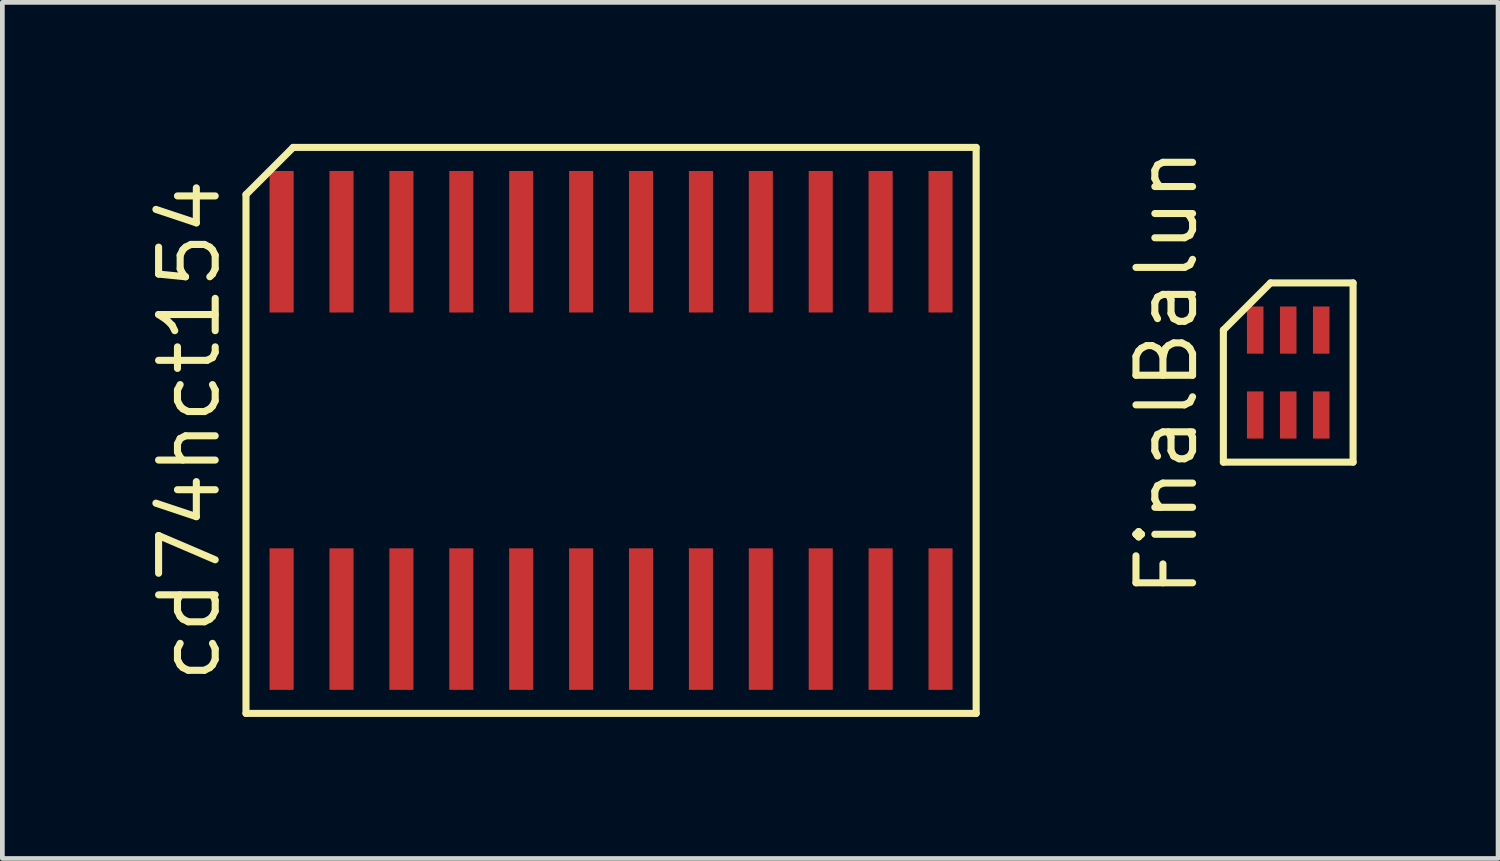
<source format=kicad_pcb>
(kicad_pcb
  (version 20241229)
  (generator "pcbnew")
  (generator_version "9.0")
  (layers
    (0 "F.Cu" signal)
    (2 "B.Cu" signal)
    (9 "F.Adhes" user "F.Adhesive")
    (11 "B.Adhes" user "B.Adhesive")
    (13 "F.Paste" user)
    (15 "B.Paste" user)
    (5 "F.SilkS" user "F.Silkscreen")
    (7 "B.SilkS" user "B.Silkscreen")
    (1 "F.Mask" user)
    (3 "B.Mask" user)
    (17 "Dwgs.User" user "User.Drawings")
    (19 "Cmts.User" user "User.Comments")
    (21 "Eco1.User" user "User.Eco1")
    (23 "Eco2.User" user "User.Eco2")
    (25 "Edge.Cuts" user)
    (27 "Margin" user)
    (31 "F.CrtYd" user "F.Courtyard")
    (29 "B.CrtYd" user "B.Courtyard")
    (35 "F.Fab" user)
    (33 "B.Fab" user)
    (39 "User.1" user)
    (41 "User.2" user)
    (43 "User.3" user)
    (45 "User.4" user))
  (footprint "cd74hct154"
    (layer "F.Cu")
    (at 9.905 6.075)
    (property "Reference" "cd74hct154" (at -8.94 0 90) (layer "F.SilkS") (effects (font (size 1.2 1.2) (thickness 0.15))))
    (attr through_hole)
    (fp_line (start -7.74 -5) (end -7.74 6) (stroke (width 0.15) (type solid)) (layer "F.SilkS"))
    (fp_line (start -7.74 6) (end 7.74 6) (stroke (width 0.15) (type solid)) (layer "F.SilkS"))
    (fp_line (start -6.74 -6) (end -7.74 -5) (stroke (width 0.15) (type solid)) (layer "F.SilkS"))
    (fp_line (start 7.74 -6) (end -6.74 -6) (stroke (width 0.15) (type solid)) (layer "F.SilkS"))
    (fp_line (start 7.74 6) (end 7.74 -6) (stroke (width 0.15) (type solid)) (layer "F.SilkS"))
    (pad "1" smd rect (at -6.985 4) (size 0.51 3) (layers "F.Cu" "F.Mask" "F.Paste"))
    (pad "2" smd rect (at -5.715 4) (size 0.51 3) (layers "F.Cu" "F.Mask" "F.Paste"))
    (pad "3" smd rect (at -4.445 4) (size 0.51 3) (layers "F.Cu" "F.Mask" "F.Paste"))
    (pad "4" smd rect (at -3.175 4) (size 0.51 3) (layers "F.Cu" "F.Mask" "F.Paste"))
    (pad "5" smd rect (at -1.905 4) (size 0.51 3) (layers "F.Cu" "F.Mask" "F.Paste"))
    (pad "6" smd rect (at -0.635 4) (size 0.51 3) (layers "F.Cu" "F.Mask" "F.Paste"))
    (pad "7" smd rect (at 0.635 4) (size 0.51 3) (layers "F.Cu" "F.Mask" "F.Paste"))
    (pad "8" smd rect (at 1.905 4) (size 0.51 3) (layers "F.Cu" "F.Mask" "F.Paste"))
    (pad "9" smd rect (at 3.175 4) (size 0.51 3) (layers "F.Cu" "F.Mask" "F.Paste"))
    (pad "10" smd rect (at 4.445 4) (size 0.51 3) (layers "F.Cu" "F.Mask" "F.Paste"))
    (pad "11" smd rect (at 5.715 4) (size 0.51 3) (layers "F.Cu" "F.Mask" "F.Paste"))
    (pad "12" smd rect (at 6.985 4) (size 0.51 3) (layers "F.Cu" "F.Mask" "F.Paste"))
    (pad "13" smd rect (at 6.985 -4) (size 0.51 3) (layers "F.Cu" "F.Mask" "F.Paste"))
    (pad "14" smd rect (at 5.715 -4) (size 0.51 3) (layers "F.Cu" "F.Mask" "F.Paste"))
    (pad "15" smd rect (at 4.445 -4) (size 0.51 3) (layers "F.Cu" "F.Mask" "F.Paste"))
    (pad "16" smd rect (at 3.175 -4) (size 0.51 3) (layers "F.Cu" "F.Mask" "F.Paste"))
    (pad "17" smd rect (at 1.905 -4) (size 0.51 3) (layers "F.Cu" "F.Mask" "F.Paste"))
    (pad "18" smd rect (at 0.635 -4) (size 0.51 3) (layers "F.Cu" "F.Mask" "F.Paste"))
    (pad "19" smd rect (at -0.635 -4) (size 0.51 3) (layers "F.Cu" "F.Mask" "F.Paste"))
    (pad "20" smd rect (at -1.905 -4) (size 0.51 3) (layers "F.Cu" "F.Mask" "F.Paste"))
    (pad "21" smd rect (at -3.175 -4) (size 0.51 3) (layers "F.Cu" "F.Mask" "F.Paste"))
    (pad "22" smd rect (at -4.445 -4) (size 0.51 3) (layers "F.Cu" "F.Mask" "F.Paste"))
    (pad "23" smd rect (at -5.715 -4) (size 0.51 3) (layers "F.Cu" "F.Mask" "F.Paste"))
    (pad "24" smd rect (at -6.985 -4) (size 0.51 3) (layers "F.Cu" "F.Mask" "F.Paste")))
  (footprint "FinalBalun"
    (layer "F.Cu")
    (at 24.261 4.848)
    (property "Reference" "FinalBalun" (at -2.575 0 90) (layer "F.SilkS") (effects (font (size 1.2 1.2) (thickness 0.15))))
    (attr through_hole)
    (fp_line (start -1.375 -0.9) (end -1.375 1.9) (stroke (width 0.15) (type solid)) (layer "F.SilkS"))
    (fp_line (start -1.375 1.9) (end 1.375 1.9) (stroke (width 0.15) (type solid)) (layer "F.SilkS"))
    (fp_line (start -0.375 -1.9) (end -1.375 -0.9) (stroke (width 0.15) (type solid)) (layer "F.SilkS"))
    (fp_line (start 1.375 -1.9) (end -0.375 -1.9) (stroke (width 0.15) (type solid)) (layer "F.SilkS"))
    (fp_line (start 1.375 1.9) (end 1.375 -1.9) (stroke (width 0.15) (type solid)) (layer "F.SilkS"))
    (pad "1" smd rect (at -0.7 0.9) (size 0.35 1) (layers "F.Cu" "F.Mask" "F.Paste"))
    (pad "2" smd rect (at 0 0.9) (size 0.35 1) (layers "F.Cu" "F.Mask" "F.Paste"))
    (pad "3" smd rect (at 0.7 0.9) (size 0.35 1) (layers "F.Cu" "F.Mask" "F.Paste"))
    (pad "4" smd rect (at 0.7 -0.9) (size 0.35 1) (layers "F.Cu" "F.Mask" "F.Paste"))
    (pad "5" smd rect (at 0 -0.9) (size 0.35 1) (layers "F.Cu" "F.Mask" "F.Paste"))
    (pad "6" smd rect (at -0.7 -0.9) (size 0.35 1) (layers "F.Cu" "F.Mask" "F.Paste")))
  (gr_rect
    (start -3 -3)
    (end 28.71 15.15)
    (stroke (width 0.1) (type default))
    (fill no)
    (layer "Edge.Cuts")))
</source>
